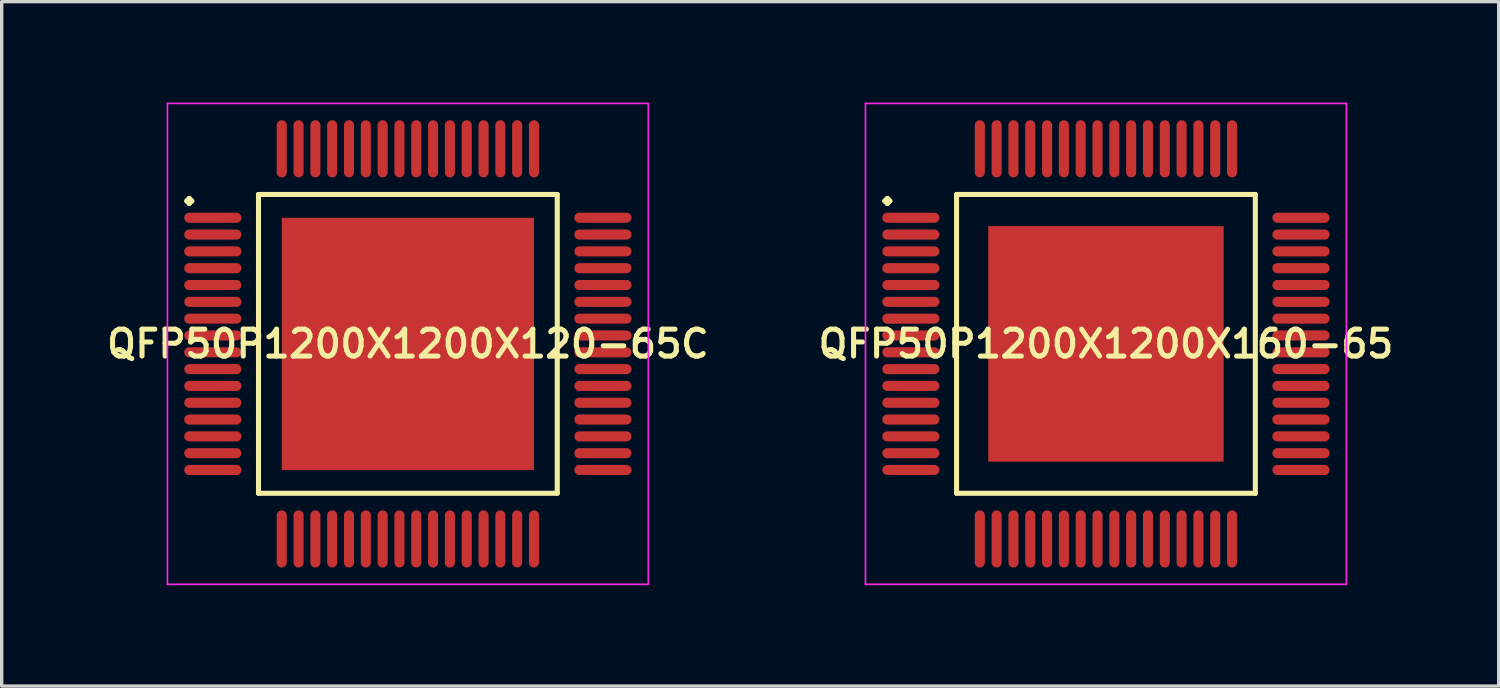
<source format=kicad_pcb>
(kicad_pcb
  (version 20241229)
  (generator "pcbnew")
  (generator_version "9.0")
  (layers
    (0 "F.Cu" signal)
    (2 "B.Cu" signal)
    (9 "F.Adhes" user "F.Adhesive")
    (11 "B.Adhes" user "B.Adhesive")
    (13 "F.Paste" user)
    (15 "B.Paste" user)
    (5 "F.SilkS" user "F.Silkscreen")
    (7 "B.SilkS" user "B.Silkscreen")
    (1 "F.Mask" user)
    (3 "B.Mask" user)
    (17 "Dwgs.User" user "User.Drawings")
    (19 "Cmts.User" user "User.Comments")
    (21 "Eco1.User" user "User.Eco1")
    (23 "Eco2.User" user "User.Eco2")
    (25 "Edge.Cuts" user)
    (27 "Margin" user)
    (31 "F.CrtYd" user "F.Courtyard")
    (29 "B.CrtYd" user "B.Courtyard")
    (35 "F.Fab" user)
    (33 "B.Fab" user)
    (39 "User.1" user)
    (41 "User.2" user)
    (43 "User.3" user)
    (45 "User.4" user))
  (footprint "QFP50P1200X1200X160-65"
    (layer "F.Cu")
    (at 29.835 7.175)
    (property "Reference" "QFP50P1200X1200X160-65" (at 0 0 0) (layer "F.SilkS") (effects (font (size 0.8 0.8) (thickness 0.15))))
    (attr smd)
    (fp_line (start -6.575 -4.25) (end -6.5 -4.325) (stroke (width 0.15) (type solid)) (layer "F.SilkS"))
    (fp_line (start -6.5 -4.325) (end -6.425 -4.25) (stroke (width 0.15) (type solid)) (layer "F.SilkS"))
    (fp_line (start -6.5 -4.175) (end -6.575 -4.25) (stroke (width 0.15) (type solid)) (layer "F.SilkS"))
    (fp_line (start -6.425 -4.25) (end -6.5 -4.175) (stroke (width 0.15) (type solid)) (layer "F.SilkS"))
    (fp_line (start -4.442 -4.442) (end -4.442 4.442) (stroke (width 0.15) (type solid)) (layer "F.SilkS"))
    (fp_line (start -4.442 4.442) (end 4.442 4.442) (stroke (width 0.15) (type solid)) (layer "F.SilkS"))
    (fp_line (start 4.442 -4.442) (end -4.442 -4.442) (stroke (width 0.15) (type solid)) (layer "F.SilkS"))
    (fp_line (start 4.442 4.442) (end 4.442 -4.442) (stroke (width 0.15) (type solid)) (layer "F.SilkS"))
    (fp_line (start -7.15 -7.15) (end 7.15 -7.15) (stroke (width 0.05) (type solid)) (layer "F.CrtYd"))
    (fp_line (start -7.15 7.15) (end -7.15 -7.15) (stroke (width 0.05) (type solid)) (layer "F.CrtYd"))
    (fp_line (start 7.15 -7.15) (end 7.15 7.15) (stroke (width 0.05) (type solid)) (layer "F.CrtYd"))
    (fp_line (start 7.15 7.15) (end -7.15 7.15) (stroke (width 0.05) (type solid)) (layer "F.CrtYd"))
    (pad "1" smd oval (at -5.8 -3.75) (size 1.7 0.3) (layers "F.Cu" "F.Mask" "F.Paste"))
    (pad "2" smd oval (at -5.8 -3.25) (size 1.7 0.3) (layers "F.Cu" "F.Mask" "F.Paste"))
    (pad "3" smd oval (at -5.8 -2.75) (size 1.7 0.3) (layers "F.Cu" "F.Mask" "F.Paste"))
    (pad "4" smd oval (at -5.8 -2.25) (size 1.7 0.3) (layers "F.Cu" "F.Mask" "F.Paste"))
    (pad "5" smd oval (at -5.8 -1.75) (size 1.7 0.3) (layers "F.Cu" "F.Mask" "F.Paste"))
    (pad "6" smd oval (at -5.8 -1.25) (size 1.7 0.3) (layers "F.Cu" "F.Mask" "F.Paste"))
    (pad "7" smd oval (at -5.8 -0.75) (size 1.7 0.3) (layers "F.Cu" "F.Mask" "F.Paste"))
    (pad "8" smd oval (at -5.8 -0.25) (size 1.7 0.3) (layers "F.Cu" "F.Mask" "F.Paste"))
    (pad "9" smd oval (at -5.8 0.25) (size 1.7 0.3) (layers "F.Cu" "F.Mask" "F.Paste"))
    (pad "10" smd oval (at -5.8 0.75) (size 1.7 0.3) (layers "F.Cu" "F.Mask" "F.Paste"))
    (pad "11" smd oval (at -5.8 1.25) (size 1.7 0.3) (layers "F.Cu" "F.Mask" "F.Paste"))
    (pad "12" smd oval (at -5.8 1.75) (size 1.7 0.3) (layers "F.Cu" "F.Mask" "F.Paste"))
    (pad "13" smd oval (at -5.8 2.25) (size 1.7 0.3) (layers "F.Cu" "F.Mask" "F.Paste"))
    (pad "14" smd oval (at -5.8 2.75) (size 1.7 0.3) (layers "F.Cu" "F.Mask" "F.Paste"))
    (pad "15" smd oval (at -5.8 3.25) (size 1.7 0.3) (layers "F.Cu" "F.Mask" "F.Paste"))
    (pad "16" smd oval (at -5.8 3.75) (size 1.7 0.3) (layers "F.Cu" "F.Mask" "F.Paste"))
    (pad "17" smd oval (at -3.75 5.8) (size 0.3 1.7) (layers "F.Cu" "F.Mask" "F.Paste"))
    (pad "18" smd oval (at -3.25 5.8) (size 0.3 1.7) (layers "F.Cu" "F.Mask" "F.Paste"))
    (pad "19" smd oval (at -2.75 5.8) (size 0.3 1.7) (layers "F.Cu" "F.Mask" "F.Paste"))
    (pad "20" smd oval (at -2.25 5.8) (size 0.3 1.7) (layers "F.Cu" "F.Mask" "F.Paste"))
    (pad "21" smd oval (at -1.75 5.8) (size 0.3 1.7) (layers "F.Cu" "F.Mask" "F.Paste"))
    (pad "22" smd oval (at -1.25 5.8) (size 0.3 1.7) (layers "F.Cu" "F.Mask" "F.Paste"))
    (pad "23" smd oval (at -0.75 5.8) (size 0.3 1.7) (layers "F.Cu" "F.Mask" "F.Paste"))
    (pad "24" smd oval (at -0.25 5.8) (size 0.3 1.7) (layers "F.Cu" "F.Mask" "F.Paste"))
    (pad "25" smd oval (at 0.25 5.8) (size 0.3 1.7) (layers "F.Cu" "F.Mask" "F.Paste"))
    (pad "26" smd oval (at 0.75 5.8) (size 0.3 1.7) (layers "F.Cu" "F.Mask" "F.Paste"))
    (pad "27" smd oval (at 1.25 5.8) (size 0.3 1.7) (layers "F.Cu" "F.Mask" "F.Paste"))
    (pad "28" smd oval (at 1.75 5.8) (size 0.3 1.7) (layers "F.Cu" "F.Mask" "F.Paste"))
    (pad "29" smd oval (at 2.25 5.8) (size 0.3 1.7) (layers "F.Cu" "F.Mask" "F.Paste"))
    (pad "30" smd oval (at 2.75 5.8) (size 0.3 1.7) (layers "F.Cu" "F.Mask" "F.Paste"))
    (pad "31" smd oval (at 3.25 5.8) (size 0.3 1.7) (layers "F.Cu" "F.Mask" "F.Paste"))
    (pad "32" smd oval (at 3.75 5.8) (size 0.3 1.7) (layers "F.Cu" "F.Mask" "F.Paste"))
    (pad "33" smd oval (at 5.8 3.75) (size 1.7 0.3) (layers "F.Cu" "F.Mask" "F.Paste"))
    (pad "34" smd oval (at 5.8 3.25) (size 1.7 0.3) (layers "F.Cu" "F.Mask" "F.Paste"))
    (pad "35" smd oval (at 5.8 2.75) (size 1.7 0.3) (layers "F.Cu" "F.Mask" "F.Paste"))
    (pad "36" smd oval (at 5.8 2.25) (size 1.7 0.3) (layers "F.Cu" "F.Mask" "F.Paste"))
    (pad "37" smd oval (at 5.8 1.75) (size 1.7 0.3) (layers "F.Cu" "F.Mask" "F.Paste"))
    (pad "38" smd oval (at 5.8 1.25) (size 1.7 0.3) (layers "F.Cu" "F.Mask" "F.Paste"))
    (pad "39" smd oval (at 5.8 0.75) (size 1.7 0.3) (layers "F.Cu" "F.Mask" "F.Paste"))
    (pad "40" smd oval (at 5.8 0.25) (size 1.7 0.3) (layers "F.Cu" "F.Mask" "F.Paste"))
    (pad "41" smd oval (at 5.8 -0.25) (size 1.7 0.3) (layers "F.Cu" "F.Mask" "F.Paste"))
    (pad "42" smd oval (at 5.8 -0.75) (size 1.7 0.3) (layers "F.Cu" "F.Mask" "F.Paste"))
    (pad "43" smd oval (at 5.8 -1.25) (size 1.7 0.3) (layers "F.Cu" "F.Mask" "F.Paste"))
    (pad "44" smd oval (at 5.8 -1.75) (size 1.7 0.3) (layers "F.Cu" "F.Mask" "F.Paste"))
    (pad "45" smd oval (at 5.8 -2.25) (size 1.7 0.3) (layers "F.Cu" "F.Mask" "F.Paste"))
    (pad "46" smd oval (at 5.8 -2.75) (size 1.7 0.3) (layers "F.Cu" "F.Mask" "F.Paste"))
    (pad "47" smd oval (at 5.8 -3.25) (size 1.7 0.3) (layers "F.Cu" "F.Mask" "F.Paste"))
    (pad "48" smd oval (at 5.8 -3.75) (size 1.7 0.3) (layers "F.Cu" "F.Mask" "F.Paste"))
    (pad "49" smd oval (at 3.75 -5.8) (size 0.3 1.7) (layers "F.Cu" "F.Mask" "F.Paste"))
    (pad "50" smd oval (at 3.25 -5.8) (size 0.3 1.7) (layers "F.Cu" "F.Mask" "F.Paste"))
    (pad "51" smd oval (at 2.75 -5.8) (size 0.3 1.7) (layers "F.Cu" "F.Mask" "F.Paste"))
    (pad "52" smd oval (at 2.25 -5.8) (size 0.3 1.7) (layers "F.Cu" "F.Mask" "F.Paste"))
    (pad "53" smd oval (at 1.75 -5.8) (size 0.3 1.7) (layers "F.Cu" "F.Mask" "F.Paste"))
    (pad "54" smd oval (at 1.25 -5.8) (size 0.3 1.7) (layers "F.Cu" "F.Mask" "F.Paste"))
    (pad "55" smd oval (at 0.75 -5.8) (size 0.3 1.7) (layers "F.Cu" "F.Mask" "F.Paste"))
    (pad "56" smd oval (at 0.25 -5.8) (size 0.3 1.7) (layers "F.Cu" "F.Mask" "F.Paste"))
    (pad "57" smd oval (at -0.25 -5.8) (size 0.3 1.7) (layers "F.Cu" "F.Mask" "F.Paste"))
    (pad "58" smd oval (at -0.75 -5.8) (size 0.3 1.7) (layers "F.Cu" "F.Mask" "F.Paste"))
    (pad "59" smd oval (at -1.25 -5.8) (size 0.3 1.7) (layers "F.Cu" "F.Mask" "F.Paste"))
    (pad "60" smd oval (at -1.75 -5.8) (size 0.3 1.7) (layers "F.Cu" "F.Mask" "F.Paste"))
    (pad "61" smd oval (at -2.25 -5.8) (size 0.3 1.7) (layers "F.Cu" "F.Mask" "F.Paste"))
    (pad "62" smd oval (at -2.75 -5.8) (size 0.3 1.7) (layers "F.Cu" "F.Mask" "F.Paste"))
    (pad "63" smd oval (at -3.25 -5.8) (size 0.3 1.7) (layers "F.Cu" "F.Mask" "F.Paste"))
    (pad "64" smd oval (at -3.75 -5.8) (size 0.3 1.7) (layers "F.Cu" "F.Mask" "F.Paste"))
    (pad "65" smd rect (at 0 0) (size 7 7) (layers "F.Cu" "F.Mask" "F.Paste")))
  (footprint "QFP50P1200X1200X120-65C"
    (layer "F.Cu")
    (at 9.078 7.175)
    (property "Reference" "QFP50P1200X1200X120-65C" (at 0 0 0) (layer "F.SilkS") (effects (font (size 0.8 0.8) (thickness 0.15))))
    (attr smd)
    (fp_line (start -6.575 -4.25) (end -6.5 -4.325) (stroke (width 0.15) (type solid)) (layer "F.SilkS"))
    (fp_line (start -6.5 -4.325) (end -6.425 -4.25) (stroke (width 0.15) (type solid)) (layer "F.SilkS"))
    (fp_line (start -6.5 -4.175) (end -6.575 -4.25) (stroke (width 0.15) (type solid)) (layer "F.SilkS"))
    (fp_line (start -6.425 -4.25) (end -6.5 -4.175) (stroke (width 0.15) (type solid)) (layer "F.SilkS"))
    (fp_line (start -4.442 -4.442) (end -4.442 4.442) (stroke (width 0.15) (type solid)) (layer "F.SilkS"))
    (fp_line (start -4.442 4.442) (end 4.442 4.442) (stroke (width 0.15) (type solid)) (layer "F.SilkS"))
    (fp_line (start 4.442 -4.442) (end -4.442 -4.442) (stroke (width 0.15) (type solid)) (layer "F.SilkS"))
    (fp_line (start 4.442 4.442) (end 4.442 -4.442) (stroke (width 0.15) (type solid)) (layer "F.SilkS"))
    (fp_line (start -7.15 -7.15) (end 7.15 -7.15) (stroke (width 0.05) (type solid)) (layer "F.CrtYd"))
    (fp_line (start -7.15 7.15) (end -7.15 -7.15) (stroke (width 0.05) (type solid)) (layer "F.CrtYd"))
    (fp_line (start 7.15 -7.15) (end 7.15 7.15) (stroke (width 0.05) (type solid)) (layer "F.CrtYd"))
    (fp_line (start 7.15 7.15) (end -7.15 7.15) (stroke (width 0.05) (type solid)) (layer "F.CrtYd"))
    (pad "1" smd oval (at -5.8 -3.75) (size 1.7 0.3) (layers "F.Cu" "F.Mask" "F.Paste"))
    (pad "2" smd oval (at -5.8 -3.25) (size 1.7 0.3) (layers "F.Cu" "F.Mask" "F.Paste"))
    (pad "3" smd oval (at -5.8 -2.75) (size 1.7 0.3) (layers "F.Cu" "F.Mask" "F.Paste"))
    (pad "4" smd oval (at -5.8 -2.25) (size 1.7 0.3) (layers "F.Cu" "F.Mask" "F.Paste"))
    (pad "5" smd oval (at -5.8 -1.75) (size 1.7 0.3) (layers "F.Cu" "F.Mask" "F.Paste"))
    (pad "6" smd oval (at -5.8 -1.25) (size 1.7 0.3) (layers "F.Cu" "F.Mask" "F.Paste"))
    (pad "7" smd oval (at -5.8 -0.75) (size 1.7 0.3) (layers "F.Cu" "F.Mask" "F.Paste"))
    (pad "8" smd oval (at -5.8 -0.25) (size 1.7 0.3) (layers "F.Cu" "F.Mask" "F.Paste"))
    (pad "9" smd oval (at -5.8 0.25) (size 1.7 0.3) (layers "F.Cu" "F.Mask" "F.Paste"))
    (pad "10" smd oval (at -5.8 0.75) (size 1.7 0.3) (layers "F.Cu" "F.Mask" "F.Paste"))
    (pad "11" smd oval (at -5.8 1.25) (size 1.7 0.3) (layers "F.Cu" "F.Mask" "F.Paste"))
    (pad "12" smd oval (at -5.8 1.75) (size 1.7 0.3) (layers "F.Cu" "F.Mask" "F.Paste"))
    (pad "13" smd oval (at -5.8 2.25) (size 1.7 0.3) (layers "F.Cu" "F.Mask" "F.Paste"))
    (pad "14" smd oval (at -5.8 2.75) (size 1.7 0.3) (layers "F.Cu" "F.Mask" "F.Paste"))
    (pad "15" smd oval (at -5.8 3.25) (size 1.7 0.3) (layers "F.Cu" "F.Mask" "F.Paste"))
    (pad "16" smd oval (at -5.8 3.75) (size 1.7 0.3) (layers "F.Cu" "F.Mask" "F.Paste"))
    (pad "17" smd oval (at -3.75 5.8) (size 0.3 1.7) (layers "F.Cu" "F.Mask" "F.Paste"))
    (pad "18" smd oval (at -3.25 5.8) (size 0.3 1.7) (layers "F.Cu" "F.Mask" "F.Paste"))
    (pad "19" smd oval (at -2.75 5.8) (size 0.3 1.7) (layers "F.Cu" "F.Mask" "F.Paste"))
    (pad "20" smd oval (at -2.25 5.8) (size 0.3 1.7) (layers "F.Cu" "F.Mask" "F.Paste"))
    (pad "21" smd oval (at -1.75 5.8) (size 0.3 1.7) (layers "F.Cu" "F.Mask" "F.Paste"))
    (pad "22" smd oval (at -1.25 5.8) (size 0.3 1.7) (layers "F.Cu" "F.Mask" "F.Paste"))
    (pad "23" smd oval (at -0.75 5.8) (size 0.3 1.7) (layers "F.Cu" "F.Mask" "F.Paste"))
    (pad "24" smd oval (at -0.25 5.8) (size 0.3 1.7) (layers "F.Cu" "F.Mask" "F.Paste"))
    (pad "25" smd oval (at 0.25 5.8) (size 0.3 1.7) (layers "F.Cu" "F.Mask" "F.Paste"))
    (pad "26" smd oval (at 0.75 5.8) (size 0.3 1.7) (layers "F.Cu" "F.Mask" "F.Paste"))
    (pad "27" smd oval (at 1.25 5.8) (size 0.3 1.7) (layers "F.Cu" "F.Mask" "F.Paste"))
    (pad "28" smd oval (at 1.75 5.8) (size 0.3 1.7) (layers "F.Cu" "F.Mask" "F.Paste"))
    (pad "29" smd oval (at 2.25 5.8) (size 0.3 1.7) (layers "F.Cu" "F.Mask" "F.Paste"))
    (pad "30" smd oval (at 2.75 5.8) (size 0.3 1.7) (layers "F.Cu" "F.Mask" "F.Paste"))
    (pad "31" smd oval (at 3.25 5.8) (size 0.3 1.7) (layers "F.Cu" "F.Mask" "F.Paste"))
    (pad "32" smd oval (at 3.75 5.8) (size 0.3 1.7) (layers "F.Cu" "F.Mask" "F.Paste"))
    (pad "33" smd oval (at 5.8 3.75) (size 1.7 0.3) (layers "F.Cu" "F.Mask" "F.Paste"))
    (pad "34" smd oval (at 5.8 3.25) (size 1.7 0.3) (layers "F.Cu" "F.Mask" "F.Paste"))
    (pad "35" smd oval (at 5.8 2.75) (size 1.7 0.3) (layers "F.Cu" "F.Mask" "F.Paste"))
    (pad "36" smd oval (at 5.8 2.25) (size 1.7 0.3) (layers "F.Cu" "F.Mask" "F.Paste"))
    (pad "37" smd oval (at 5.8 1.75) (size 1.7 0.3) (layers "F.Cu" "F.Mask" "F.Paste"))
    (pad "38" smd oval (at 5.8 1.25) (size 1.7 0.3) (layers "F.Cu" "F.Mask" "F.Paste"))
    (pad "39" smd oval (at 5.8 0.75) (size 1.7 0.3) (layers "F.Cu" "F.Mask" "F.Paste"))
    (pad "40" smd oval (at 5.8 0.25) (size 1.7 0.3) (layers "F.Cu" "F.Mask" "F.Paste"))
    (pad "41" smd oval (at 5.8 -0.25) (size 1.7 0.3) (layers "F.Cu" "F.Mask" "F.Paste"))
    (pad "42" smd oval (at 5.8 -0.75) (size 1.7 0.3) (layers "F.Cu" "F.Mask" "F.Paste"))
    (pad "43" smd oval (at 5.8 -1.25) (size 1.7 0.3) (layers "F.Cu" "F.Mask" "F.Paste"))
    (pad "44" smd oval (at 5.8 -1.75) (size 1.7 0.3) (layers "F.Cu" "F.Mask" "F.Paste"))
    (pad "45" smd oval (at 5.8 -2.25) (size 1.7 0.3) (layers "F.Cu" "F.Mask" "F.Paste"))
    (pad "46" smd oval (at 5.8 -2.75) (size 1.7 0.3) (layers "F.Cu" "F.Mask" "F.Paste"))
    (pad "47" smd oval (at 5.8 -3.25) (size 1.7 0.3) (layers "F.Cu" "F.Mask" "F.Paste"))
    (pad "48" smd oval (at 5.8 -3.75) (size 1.7 0.3) (layers "F.Cu" "F.Mask" "F.Paste"))
    (pad "49" smd oval (at 3.75 -5.8) (size 0.3 1.7) (layers "F.Cu" "F.Mask" "F.Paste"))
    (pad "50" smd oval (at 3.25 -5.8) (size 0.3 1.7) (layers "F.Cu" "F.Mask" "F.Paste"))
    (pad "51" smd oval (at 2.75 -5.8) (size 0.3 1.7) (layers "F.Cu" "F.Mask" "F.Paste"))
    (pad "52" smd oval (at 2.25 -5.8) (size 0.3 1.7) (layers "F.Cu" "F.Mask" "F.Paste"))
    (pad "53" smd oval (at 1.75 -5.8) (size 0.3 1.7) (layers "F.Cu" "F.Mask" "F.Paste"))
    (pad "54" smd oval (at 1.25 -5.8) (size 0.3 1.7) (layers "F.Cu" "F.Mask" "F.Paste"))
    (pad "55" smd oval (at 0.75 -5.8) (size 0.3 1.7) (layers "F.Cu" "F.Mask" "F.Paste"))
    (pad "56" smd oval (at 0.25 -5.8) (size 0.3 1.7) (layers "F.Cu" "F.Mask" "F.Paste"))
    (pad "57" smd oval (at -0.25 -5.8) (size 0.3 1.7) (layers "F.Cu" "F.Mask" "F.Paste"))
    (pad "58" smd oval (at -0.75 -5.8) (size 0.3 1.7) (layers "F.Cu" "F.Mask" "F.Paste"))
    (pad "59" smd oval (at -1.25 -5.8) (size 0.3 1.7) (layers "F.Cu" "F.Mask" "F.Paste"))
    (pad "60" smd oval (at -1.75 -5.8) (size 0.3 1.7) (layers "F.Cu" "F.Mask" "F.Paste"))
    (pad "61" smd oval (at -2.25 -5.8) (size 0.3 1.7) (layers "F.Cu" "F.Mask" "F.Paste"))
    (pad "62" smd oval (at -2.75 -5.8) (size 0.3 1.7) (layers "F.Cu" "F.Mask" "F.Paste"))
    (pad "63" smd oval (at -3.25 -5.8) (size 0.3 1.7) (layers "F.Cu" "F.Mask" "F.Paste"))
    (pad "64" smd oval (at -3.75 -5.8) (size 0.3 1.7) (layers "F.Cu" "F.Mask" "F.Paste"))
    (pad "65" smd rect (at 0 0) (size 7.5 7.5) (layers "F.Cu" "F.Mask" "F.Paste")))
  (gr_rect
    (start -3 -3)
    (end 41.513 17.35)
    (stroke (width 0.1) (type default))
    (fill no)
    (layer "Edge.Cuts")))
</source>
